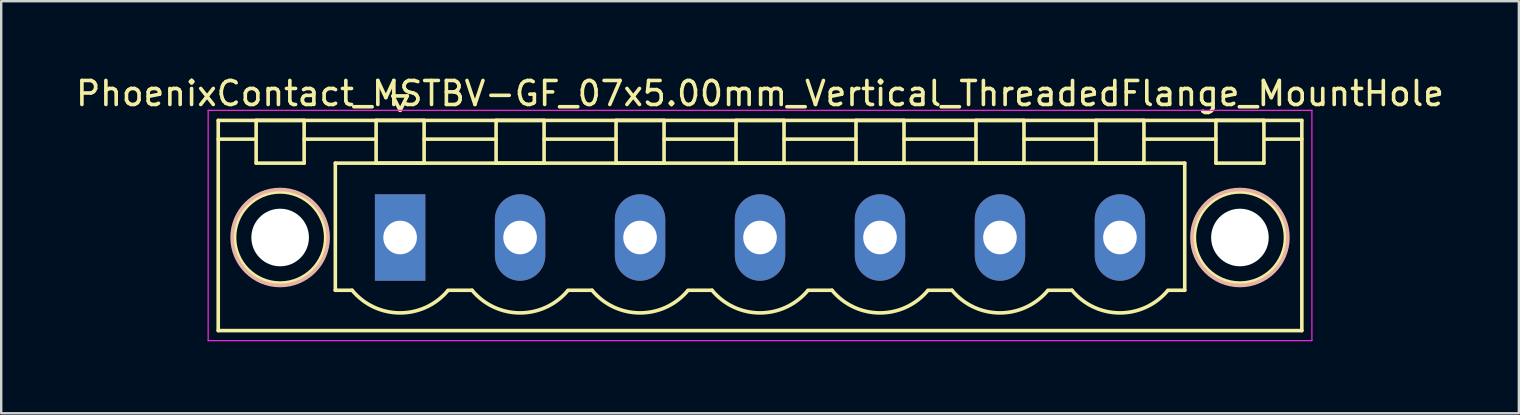
<source format=kicad_pcb>
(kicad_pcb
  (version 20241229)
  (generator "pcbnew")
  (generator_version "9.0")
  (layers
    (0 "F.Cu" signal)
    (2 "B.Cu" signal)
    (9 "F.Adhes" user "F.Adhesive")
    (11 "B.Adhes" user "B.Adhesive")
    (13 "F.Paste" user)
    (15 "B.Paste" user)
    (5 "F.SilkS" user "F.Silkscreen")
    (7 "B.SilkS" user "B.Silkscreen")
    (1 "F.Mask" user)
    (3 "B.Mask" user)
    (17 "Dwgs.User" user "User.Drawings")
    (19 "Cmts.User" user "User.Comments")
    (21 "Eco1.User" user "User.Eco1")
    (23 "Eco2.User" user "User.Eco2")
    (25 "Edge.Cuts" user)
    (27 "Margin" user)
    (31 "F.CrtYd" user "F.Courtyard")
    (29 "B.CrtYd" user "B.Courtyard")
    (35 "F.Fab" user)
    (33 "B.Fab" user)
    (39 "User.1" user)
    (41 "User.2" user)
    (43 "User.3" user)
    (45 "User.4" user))
  (footprint "PhoenixContact_MSTBV-GF_07x5.00mm_Vertical_ThreadedFlange_MountHole"
    (layer "F.Cu")
    (at 13.625 6.848)
    (property "Reference" "PhoenixContact_MSTBV-GF_07x5.00mm_Vertical_ThreadedFlange_MountHole" (at 15 -6 0) (layer "F.SilkS") (effects (font (size 1 1) (thickness 0.15))))
    (attr through_hole)
    (fp_line (start -7.58 -4.88) (end -7.58 3.88) (stroke (width 0.15) (type solid)) (layer "F.SilkS"))
    (fp_line (start -7.58 -4.1) (end -6.08 -4.1) (stroke (width 0.15) (type solid)) (layer "F.SilkS"))
    (fp_line (start -7.58 3.88) (end 37.58 3.88) (stroke (width 0.15) (type solid)) (layer "F.SilkS"))
    (fp_line (start -6 -4.88) (end -4 -4.88) (stroke (width 0.15) (type solid)) (layer "F.SilkS"))
    (fp_line (start -6 -3.1) (end -6 -4.88) (stroke (width 0.15) (type solid)) (layer "F.SilkS"))
    (fp_line (start -4 -4.88) (end -4 -3.1) (stroke (width 0.15) (type solid)) (layer "F.SilkS"))
    (fp_line (start -4 -4.1) (end -1 -4.1) (stroke (width 0.15) (type solid)) (layer "F.SilkS"))
    (fp_line (start -4 -3.1) (end -6 -3.1) (stroke (width 0.15) (type solid)) (layer "F.SilkS"))
    (fp_line (start -2.7 -3.1) (end 32.7 -3.1) (stroke (width 0.15) (type solid)) (layer "F.SilkS"))
    (fp_line (start -2.7 2.2) (end -2.7 -3.1) (stroke (width 0.15) (type solid)) (layer "F.SilkS"))
    (fp_line (start -2 2.2) (end -2.7 2.2) (stroke (width 0.15) (type solid)) (layer "F.SilkS"))
    (fp_line (start -1 -4.88) (end 1 -4.88) (stroke (width 0.15) (type solid)) (layer "F.SilkS"))
    (fp_line (start -1 -3.1) (end -1 -4.88) (stroke (width 0.15) (type solid)) (layer "F.SilkS"))
    (fp_line (start -0.3 -5.9) (end 0 -5.3) (stroke (width 0.15) (type solid)) (layer "F.SilkS"))
    (fp_line (start 0 -5.3) (end 0.3 -5.9) (stroke (width 0.15) (type solid)) (layer "F.SilkS"))
    (fp_line (start 0.3 -5.9) (end -0.3 -5.9) (stroke (width 0.15) (type solid)) (layer "F.SilkS"))
    (fp_line (start 1 -4.88) (end 1 -3.1) (stroke (width 0.15) (type solid)) (layer "F.SilkS"))
    (fp_line (start 1 -4.1) (end 4 -4.1) (stroke (width 0.15) (type solid)) (layer "F.SilkS"))
    (fp_line (start 1 -3.1) (end -1 -3.1) (stroke (width 0.15) (type solid)) (layer "F.SilkS"))
    (fp_line (start 2 2.2) (end 3 2.2) (stroke (width 0.15) (type solid)) (layer "F.SilkS"))
    (fp_line (start 4 -4.88) (end 6 -4.88) (stroke (width 0.15) (type solid)) (layer "F.SilkS"))
    (fp_line (start 4 -3.1) (end 4 -4.88) (stroke (width 0.15) (type solid)) (layer "F.SilkS"))
    (fp_line (start 6 -4.88) (end 6 -3.1) (stroke (width 0.15) (type solid)) (layer "F.SilkS"))
    (fp_line (start 6 -4.1) (end 9 -4.1) (stroke (width 0.15) (type solid)) (layer "F.SilkS"))
    (fp_line (start 6 -3.1) (end 4 -3.1) (stroke (width 0.15) (type solid)) (layer "F.SilkS"))
    (fp_line (start 7 2.2) (end 8 2.2) (stroke (width 0.15) (type solid)) (layer "F.SilkS"))
    (fp_line (start 9 -4.88) (end 11 -4.88) (stroke (width 0.15) (type solid)) (layer "F.SilkS"))
    (fp_line (start 9 -3.1) (end 9 -4.88) (stroke (width 0.15) (type solid)) (layer "F.SilkS"))
    (fp_line (start 11 -4.88) (end 11 -3.1) (stroke (width 0.15) (type solid)) (layer "F.SilkS"))
    (fp_line (start 11 -4.1) (end 14 -4.1) (stroke (width 0.15) (type solid)) (layer "F.SilkS"))
    (fp_line (start 11 -3.1) (end 9 -3.1) (stroke (width 0.15) (type solid)) (layer "F.SilkS"))
    (fp_line (start 12 2.2) (end 13 2.2) (stroke (width 0.15) (type solid)) (layer "F.SilkS"))
    (fp_line (start 14 -4.88) (end 16 -4.88) (stroke (width 0.15) (type solid)) (layer "F.SilkS"))
    (fp_line (start 14 -3.1) (end 14 -4.88) (stroke (width 0.15) (type solid)) (layer "F.SilkS"))
    (fp_line (start 16 -4.88) (end 16 -3.1) (stroke (width 0.15) (type solid)) (layer "F.SilkS"))
    (fp_line (start 16 -4.1) (end 19 -4.1) (stroke (width 0.15) (type solid)) (layer "F.SilkS"))
    (fp_line (start 16 -3.1) (end 14 -3.1) (stroke (width 0.15) (type solid)) (layer "F.SilkS"))
    (fp_line (start 17 2.2) (end 18 2.2) (stroke (width 0.15) (type solid)) (layer "F.SilkS"))
    (fp_line (start 19 -4.88) (end 21 -4.88) (stroke (width 0.15) (type solid)) (layer "F.SilkS"))
    (fp_line (start 19 -3.1) (end 19 -4.88) (stroke (width 0.15) (type solid)) (layer "F.SilkS"))
    (fp_line (start 21 -4.88) (end 21 -3.1) (stroke (width 0.15) (type solid)) (layer "F.SilkS"))
    (fp_line (start 21 -4.1) (end 24 -4.1) (stroke (width 0.15) (type solid)) (layer "F.SilkS"))
    (fp_line (start 21 -3.1) (end 19 -3.1) (stroke (width 0.15) (type solid)) (layer "F.SilkS"))
    (fp_line (start 22 2.2) (end 23 2.2) (stroke (width 0.15) (type solid)) (layer "F.SilkS"))
    (fp_line (start 24 -4.88) (end 26 -4.88) (stroke (width 0.15) (type solid)) (layer "F.SilkS"))
    (fp_line (start 24 -3.1) (end 24 -4.88) (stroke (width 0.15) (type solid)) (layer "F.SilkS"))
    (fp_line (start 26 -4.88) (end 26 -3.1) (stroke (width 0.15) (type solid)) (layer "F.SilkS"))
    (fp_line (start 26 -4.1) (end 29 -4.1) (stroke (width 0.15) (type solid)) (layer "F.SilkS"))
    (fp_line (start 26 -3.1) (end 24 -3.1) (stroke (width 0.15) (type solid)) (layer "F.SilkS"))
    (fp_line (start 27 2.2) (end 28 2.2) (stroke (width 0.15) (type solid)) (layer "F.SilkS"))
    (fp_line (start 29 -4.88) (end 31 -4.88) (stroke (width 0.15) (type solid)) (layer "F.SilkS"))
    (fp_line (start 29 -3.1) (end 29 -4.88) (stroke (width 0.15) (type solid)) (layer "F.SilkS"))
    (fp_line (start 31 -4.88) (end 31 -3.1) (stroke (width 0.15) (type solid)) (layer "F.SilkS"))
    (fp_line (start 31 -4.1) (end 34 -4.1) (stroke (width 0.15) (type solid)) (layer "F.SilkS"))
    (fp_line (start 31 -3.1) (end 29 -3.1) (stroke (width 0.15) (type solid)) (layer "F.SilkS"))
    (fp_line (start 32.7 -3.1) (end 32.7 2.2) (stroke (width 0.15) (type solid)) (layer "F.SilkS"))
    (fp_line (start 32.7 2.2) (end 32 2.2) (stroke (width 0.15) (type solid)) (layer "F.SilkS"))
    (fp_line (start 34 -4.88) (end 36 -4.88) (stroke (width 0.15) (type solid)) (layer "F.SilkS"))
    (fp_line (start 34 -3.1) (end 34 -4.88) (stroke (width 0.15) (type solid)) (layer "F.SilkS"))
    (fp_line (start 36 -4.88) (end 36 -3.1) (stroke (width 0.15) (type solid)) (layer "F.SilkS"))
    (fp_line (start 36 -3.1) (end 34 -3.1) (stroke (width 0.15) (type solid)) (layer "F.SilkS"))
    (fp_line (start 37.58 -4.88) (end -7.58 -4.88) (stroke (width 0.15) (type solid)) (layer "F.SilkS"))
    (fp_line (start 37.58 -4.1) (end 36.08 -4.1) (stroke (width 0.15) (type solid)) (layer "F.SilkS"))
    (fp_line (start 37.58 3.88) (end 37.58 -4.88) (stroke (width 0.15) (type solid)) (layer "F.SilkS"))
    (fp_arc (start 1.986842 2.215821) (mid -0.010289 3.142758) (end -2 2.2) (stroke (width 0.15) (type solid)) (layer "F.SilkS"))
    (fp_arc (start 6.986842 2.215821) (mid 4.989711 3.142758) (end 3 2.2) (stroke (width 0.15) (type solid)) (layer "F.SilkS"))
    (fp_arc (start 11.986842 2.215821) (mid 9.989711 3.142758) (end 8 2.2) (stroke (width 0.15) (type solid)) (layer "F.SilkS"))
    (fp_arc (start 16.986842 2.215821) (mid 14.989711 3.142758) (end 13 2.2) (stroke (width 0.15) (type solid)) (layer "F.SilkS"))
    (fp_arc (start 21.986842 2.215821) (mid 19.989711 3.142758) (end 18 2.2) (stroke (width 0.15) (type solid)) (layer "F.SilkS"))
    (fp_arc (start 26.986842 2.215821) (mid 24.989711 3.142758) (end 23 2.2) (stroke (width 0.15) (type solid)) (layer "F.SilkS"))
    (fp_arc (start 31.986842 2.215821) (mid 29.989711 3.142758) (end 28 2.2) (stroke (width 0.15) (type solid)) (layer "F.SilkS"))
    (fp_circle (center -5 0) (end -3.1 0) (stroke (width 0.15) (type solid)) (fill no) (layer "F.SilkS"))
    (fp_circle (center 35 0) (end 36.9 0) (stroke (width 0.15) (type solid)) (fill no) (layer "F.SilkS"))
    (fp_circle (center -5 0) (end -3 0) (stroke (width 0.15) (type solid)) (fill no) (layer "B.SilkS"))
    (fp_circle (center 35 0) (end 37 0) (stroke (width 0.15) (type solid)) (fill no) (layer "B.SilkS"))
    (fp_line (start -8 -5.3) (end -8 4.3) (stroke (width 0.05) (type solid)) (layer "F.CrtYd"))
    (fp_line (start -8 4.3) (end 38 4.3) (stroke (width 0.05) (type solid)) (layer "F.CrtYd"))
    (fp_line (start 38 -5.3) (end -8 -5.3) (stroke (width 0.05) (type solid)) (layer "F.CrtYd"))
    (fp_line (start 38 4.3) (end 38 -5.3) (stroke (width 0.05) (type solid)) (layer "F.CrtYd"))
    (pad "" np_thru_hole circle (at -5 0) (size 2.4 2.4) (drill 2.4) (layers "*.Cu" "*.Mask"))
    (pad "" np_thru_hole circle (at 35 0) (size 2.4 2.4) (drill 2.4) (layers "*.Cu" "*.Mask"))
    (pad "1" thru_hole rect (at 0 0) (size 2.1 3.6) (drill 1.4) (layers "*.Cu" "*.Mask"))
    (pad "2" thru_hole oval (at 5 0) (size 2.1 3.6) (drill 1.4) (layers "*.Cu" "*.Mask"))
    (pad "3" thru_hole oval (at 10 0) (size 2.1 3.6) (drill 1.4) (layers "*.Cu" "*.Mask"))
    (pad "4" thru_hole oval (at 15 0) (size 2.1 3.6) (drill 1.4) (layers "*.Cu" "*.Mask"))
    (pad "5" thru_hole oval (at 20 0) (size 2.1 3.6) (drill 1.4) (layers "*.Cu" "*.Mask"))
    (pad "6" thru_hole oval (at 25 0) (size 2.1 3.6) (drill 1.4) (layers "*.Cu" "*.Mask"))
    (pad "7" thru_hole oval (at 30 0) (size 2.1 3.6) (drill 1.4) (layers "*.Cu" "*.Mask")))
  (gr_rect
    (start -3 -3)
    (end 60.25 14.173)
    (stroke (width 0.1) (type default))
    (fill no)
    (layer "Edge.Cuts")))
</source>
